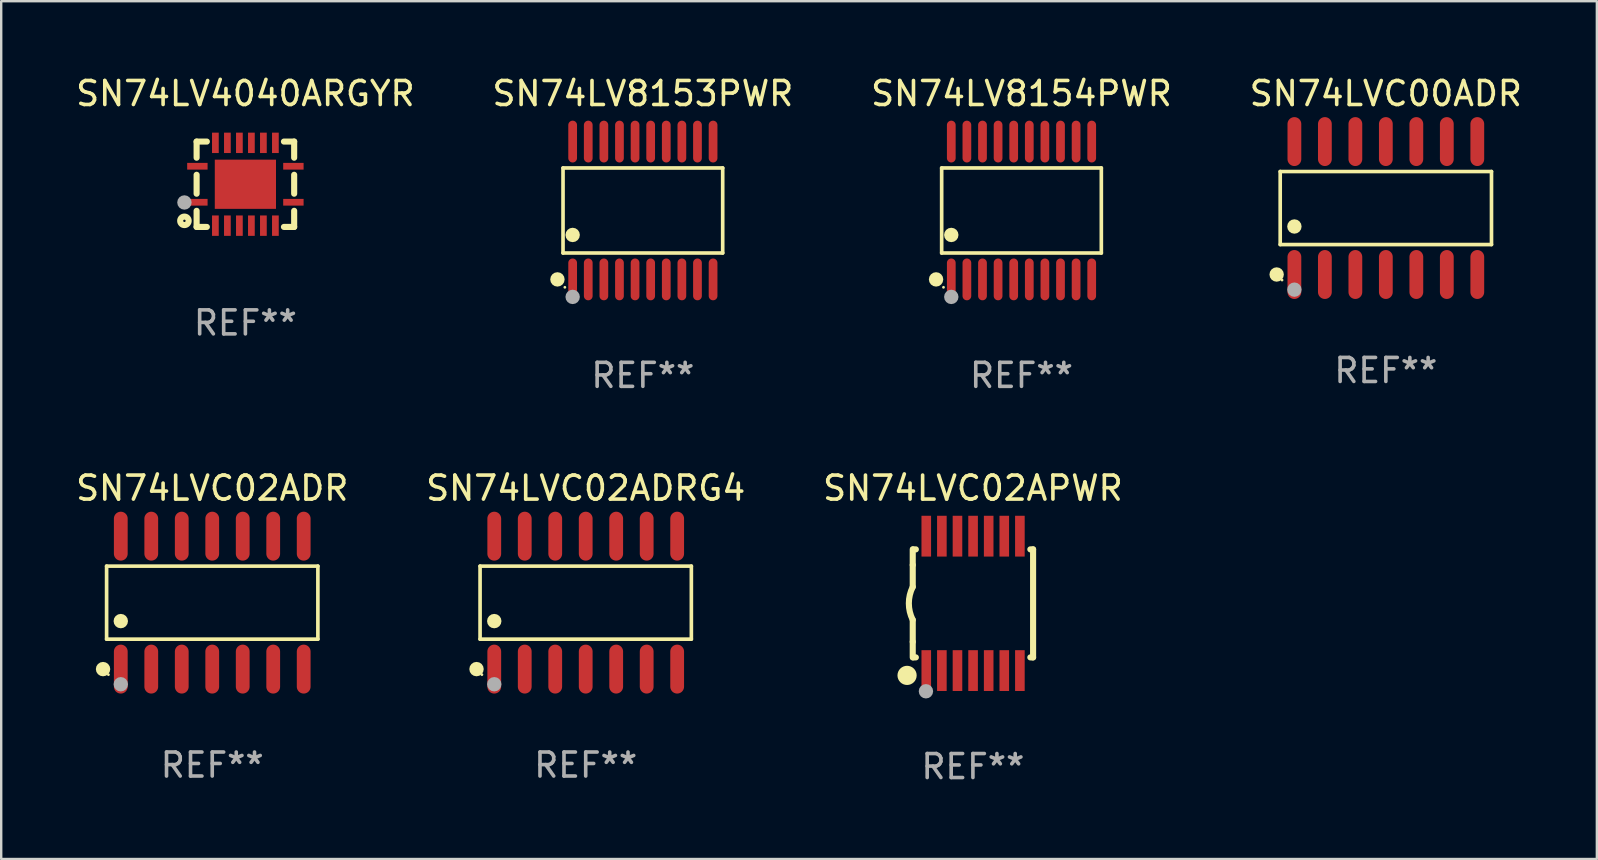
<source format=kicad_pcb>
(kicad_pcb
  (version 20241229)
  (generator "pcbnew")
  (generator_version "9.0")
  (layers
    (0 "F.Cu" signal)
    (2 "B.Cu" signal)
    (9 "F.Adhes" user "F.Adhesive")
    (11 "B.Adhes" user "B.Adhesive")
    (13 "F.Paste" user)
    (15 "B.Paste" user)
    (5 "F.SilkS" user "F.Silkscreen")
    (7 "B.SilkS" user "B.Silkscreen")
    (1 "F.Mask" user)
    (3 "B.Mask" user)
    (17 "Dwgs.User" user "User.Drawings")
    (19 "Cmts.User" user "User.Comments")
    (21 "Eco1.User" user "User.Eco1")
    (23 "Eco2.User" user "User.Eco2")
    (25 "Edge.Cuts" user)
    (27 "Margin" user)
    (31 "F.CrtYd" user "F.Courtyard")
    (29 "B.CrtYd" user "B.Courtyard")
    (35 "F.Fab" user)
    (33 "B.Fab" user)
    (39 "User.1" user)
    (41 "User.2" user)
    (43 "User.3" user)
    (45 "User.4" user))
  (footprint "SN74LVC00ADR"
    (layer "F.Cu")
    (at 54.685 5.617)
    (property "Reference" "SN74LVC00ADR" (at 0 -4.769 0) (layer "F.SilkS") (effects (font (size 1 1) (thickness 0.15))))
    (attr through_hole)
    (fp_line (start -4.401 -1.521) (end 4.401 -1.521) (stroke (width 0.152) (type solid)) (layer "F.SilkS"))
    (fp_line (start -4.401 1.521) (end -4.401 -1.521) (stroke (width 0.152) (type solid)) (layer "F.SilkS"))
    (fp_line (start 4.401 -1.521) (end 4.401 1.521) (stroke (width 0.152) (type solid)) (layer "F.SilkS"))
    (fp_line (start 4.401 1.521) (end -4.401 1.521) (stroke (width 0.152) (type solid)) (layer "F.SilkS"))
    (fp_circle (center -4.549 2.769) (end -4.399 2.769) (stroke (width 0.3) (type solid)) (fill no) (layer "F.SilkS"))
    (fp_circle (center -4.325 3) (end -4.295 3) (stroke (width 0.06) (type solid)) (fill no) (layer "F.SilkS"))
    (fp_circle (center -3.81 0.769) (end -3.66 0.769) (stroke (width 0.3) (type solid)) (fill no) (layer "F.SilkS"))
    (fp_circle (center -3.81 3.4) (end -3.66 3.4) (stroke (width 0.3) (type solid)) (fill no) (layer "F.Fab"))
    (fp_text user "REF**" (at 0 6.769 0) (layer "F.Fab") (effects (font (size 1 1) (thickness 0.15))))
    (pad "1" smd oval (at -3.81 2.769) (size 0.574 2.038) (layers "F.Cu" "F.Mask" "F.Paste"))
    (pad "2" smd oval (at -2.54 2.769) (size 0.574 2.038) (layers "F.Cu" "F.Mask" "F.Paste"))
    (pad "3" smd oval (at -1.27 2.769) (size 0.574 2.038) (layers "F.Cu" "F.Mask" "F.Paste"))
    (pad "4" smd oval (at 0 2.769) (size 0.574 2.038) (layers "F.Cu" "F.Mask" "F.Paste"))
    (pad "5" smd oval (at 1.27 2.769) (size 0.574 2.038) (layers "F.Cu" "F.Mask" "F.Paste"))
    (pad "6" smd oval (at 2.54 2.769) (size 0.574 2.038) (layers "F.Cu" "F.Mask" "F.Paste"))
    (pad "7" smd oval (at 3.81 2.769) (size 0.574 2.038) (layers "F.Cu" "F.Mask" "F.Paste"))
    (pad "8" smd oval (at 3.81 -2.769) (size 0.574 2.038) (layers "F.Cu" "F.Mask" "F.Paste"))
    (pad "9" smd oval (at 2.54 -2.769) (size 0.574 2.038) (layers "F.Cu" "F.Mask" "F.Paste"))
    (pad "10" smd oval (at 1.27 -2.769) (size 0.574 2.038) (layers "F.Cu" "F.Mask" "F.Paste"))
    (pad "11" smd oval (at 0 -2.769) (size 0.574 2.038) (layers "F.Cu" "F.Mask" "F.Paste"))
    (pad "12" smd oval (at -1.27 -2.769) (size 0.574 2.038) (layers "F.Cu" "F.Mask" "F.Paste"))
    (pad "13" smd oval (at -2.54 -2.769) (size 0.574 2.038) (layers "F.Cu" "F.Mask" "F.Paste"))
    (pad "14" smd oval (at -3.81 -2.769) (size 0.574 2.038) (layers "F.Cu" "F.Mask" "F.Paste")))
  (footprint "SN74LVC02ADRG4"
    (layer "F.Cu")
    (at 21.351 22.056)
    (property "Reference" "SN74LVC02ADRG4" (at 0 -4.769 0) (layer "F.SilkS") (effects (font (size 1 1) (thickness 0.15))))
    (attr through_hole)
    (fp_line (start -4.401 -1.521) (end 4.401 -1.521) (stroke (width 0.152) (type solid)) (layer "F.SilkS"))
    (fp_line (start -4.401 1.521) (end -4.401 -1.521) (stroke (width 0.152) (type solid)) (layer "F.SilkS"))
    (fp_line (start 4.401 -1.521) (end 4.401 1.521) (stroke (width 0.152) (type solid)) (layer "F.SilkS"))
    (fp_line (start 4.401 1.521) (end -4.401 1.521) (stroke (width 0.152) (type solid)) (layer "F.SilkS"))
    (fp_circle (center -4.549 2.769) (end -4.399 2.769) (stroke (width 0.3) (type solid)) (fill no) (layer "F.SilkS"))
    (fp_circle (center -4.325 3) (end -4.295 3) (stroke (width 0.06) (type solid)) (fill no) (layer "F.SilkS"))
    (fp_circle (center -3.81 0.769) (end -3.66 0.769) (stroke (width 0.3) (type solid)) (fill no) (layer "F.SilkS"))
    (fp_circle (center -3.81 3.4) (end -3.66 3.4) (stroke (width 0.3) (type solid)) (fill no) (layer "F.Fab"))
    (fp_text user "REF**" (at 0 6.769 0) (layer "F.Fab") (effects (font (size 1 1) (thickness 0.15))))
    (pad "1" smd oval (at -3.81 2.769) (size 0.574 2.038) (layers "F.Cu" "F.Mask" "F.Paste"))
    (pad "2" smd oval (at -2.54 2.769) (size 0.574 2.038) (layers "F.Cu" "F.Mask" "F.Paste"))
    (pad "3" smd oval (at -1.27 2.769) (size 0.574 2.038) (layers "F.Cu" "F.Mask" "F.Paste"))
    (pad "4" smd oval (at 0 2.769) (size 0.574 2.038) (layers "F.Cu" "F.Mask" "F.Paste"))
    (pad "5" smd oval (at 1.27 2.769) (size 0.574 2.038) (layers "F.Cu" "F.Mask" "F.Paste"))
    (pad "6" smd oval (at 2.54 2.769) (size 0.574 2.038) (layers "F.Cu" "F.Mask" "F.Paste"))
    (pad "7" smd oval (at 3.81 2.769) (size 0.574 2.038) (layers "F.Cu" "F.Mask" "F.Paste"))
    (pad "8" smd oval (at 3.81 -2.769) (size 0.574 2.038) (layers "F.Cu" "F.Mask" "F.Paste"))
    (pad "9" smd oval (at 2.54 -2.769) (size 0.574 2.038) (layers "F.Cu" "F.Mask" "F.Paste"))
    (pad "10" smd oval (at 1.27 -2.769) (size 0.574 2.038) (layers "F.Cu" "F.Mask" "F.Paste"))
    (pad "11" smd oval (at 0 -2.769) (size 0.574 2.038) (layers "F.Cu" "F.Mask" "F.Paste"))
    (pad "12" smd oval (at -1.27 -2.769) (size 0.574 2.038) (layers "F.Cu" "F.Mask" "F.Paste"))
    (pad "13" smd oval (at -2.54 -2.769) (size 0.574 2.038) (layers "F.Cu" "F.Mask" "F.Paste"))
    (pad "14" smd oval (at -3.81 -2.769) (size 0.574 2.038) (layers "F.Cu" "F.Mask" "F.Paste")))
  (footprint "SN74LV8153PWR"
    (layer "F.Cu")
    (at 23.732 5.719)
    (property "Reference" "SN74LV8153PWR" (at 0 -4.871 0) (layer "F.SilkS") (effects (font (size 1 1) (thickness 0.15))))
    (attr through_hole)
    (fp_line (start -3.326 -1.771) (end 3.326 -1.771) (stroke (width 0.152) (type solid)) (layer "F.SilkS"))
    (fp_line (start -3.326 1.771) (end -3.326 -1.771) (stroke (width 0.152) (type solid)) (layer "F.SilkS"))
    (fp_line (start 3.326 -1.771) (end 3.326 1.771) (stroke (width 0.152) (type solid)) (layer "F.SilkS"))
    (fp_line (start 3.326 1.771) (end -3.326 1.771) (stroke (width 0.152) (type solid)) (layer "F.SilkS"))
    (fp_circle (center -3.559 2.871) (end -3.409 2.871) (stroke (width 0.3) (type solid)) (fill no) (layer "F.SilkS"))
    (fp_circle (center -3.25 3.2) (end -3.22 3.2) (stroke (width 0.06) (type solid)) (fill no) (layer "F.SilkS"))
    (fp_circle (center -2.925 1.019) (end -2.775 1.019) (stroke (width 0.3) (type solid)) (fill no) (layer "F.SilkS"))
    (fp_circle (center -2.925 3.6) (end -2.775 3.6) (stroke (width 0.3) (type solid)) (fill no) (layer "F.Fab"))
    (fp_text user "REF**" (at 0 6.871 0) (layer "F.Fab") (effects (font (size 1 1) (thickness 0.15))))
    (pad "1" smd oval (at -2.925 2.871) (size 0.364 1.742) (layers "F.Cu" "F.Mask" "F.Paste"))
    (pad "2" smd oval (at -2.275 2.871) (size 0.364 1.742) (layers "F.Cu" "F.Mask" "F.Paste"))
    (pad "3" smd oval (at -1.625 2.871) (size 0.364 1.742) (layers "F.Cu" "F.Mask" "F.Paste"))
    (pad "4" smd oval (at -0.975 2.871) (size 0.364 1.742) (layers "F.Cu" "F.Mask" "F.Paste"))
    (pad "5" smd oval (at -0.325 2.871) (size 0.364 1.742) (layers "F.Cu" "F.Mask" "F.Paste"))
    (pad "6" smd oval (at 0.325 2.871) (size 0.364 1.742) (layers "F.Cu" "F.Mask" "F.Paste"))
    (pad "7" smd oval (at 0.975 2.871) (size 0.364 1.742) (layers "F.Cu" "F.Mask" "F.Paste"))
    (pad "8" smd oval (at 1.625 2.871) (size 0.364 1.742) (layers "F.Cu" "F.Mask" "F.Paste"))
    (pad "9" smd oval (at 2.275 2.871) (size 0.364 1.742) (layers "F.Cu" "F.Mask" "F.Paste"))
    (pad "10" smd oval (at 2.925 2.871) (size 0.364 1.742) (layers "F.Cu" "F.Mask" "F.Paste"))
    (pad "11" smd oval (at 2.925 -2.871) (size 0.364 1.742) (layers "F.Cu" "F.Mask" "F.Paste"))
    (pad "12" smd oval (at 2.275 -2.871) (size 0.364 1.742) (layers "F.Cu" "F.Mask" "F.Paste"))
    (pad "13" smd oval (at 1.625 -2.871) (size 0.364 1.742) (layers "F.Cu" "F.Mask" "F.Paste"))
    (pad "14" smd oval (at 0.975 -2.871) (size 0.364 1.742) (layers "F.Cu" "F.Mask" "F.Paste"))
    (pad "15" smd oval (at 0.325 -2.871) (size 0.364 1.742) (layers "F.Cu" "F.Mask" "F.Paste"))
    (pad "16" smd oval (at -0.325 -2.871) (size 0.364 1.742) (layers "F.Cu" "F.Mask" "F.Paste"))
    (pad "17" smd oval (at -0.975 -2.871) (size 0.364 1.742) (layers "F.Cu" "F.Mask" "F.Paste"))
    (pad "18" smd oval (at -1.625 -2.871) (size 0.364 1.742) (layers "F.Cu" "F.Mask" "F.Paste"))
    (pad "19" smd oval (at -2.275 -2.871) (size 0.364 1.742) (layers "F.Cu" "F.Mask" "F.Paste"))
    (pad "20" smd oval (at -2.925 -2.871) (size 0.364 1.742) (layers "F.Cu" "F.Mask" "F.Paste")))
  (footprint "SN74LVC02ADR"
    (layer "F.Cu")
    (at 5.792 22.056)
    (property "Reference" "SN74LVC02ADR" (at 0 -4.769 0) (layer "F.SilkS") (effects (font (size 1 1) (thickness 0.15))))
    (attr through_hole)
    (fp_line (start -4.401 -1.521) (end 4.401 -1.521) (stroke (width 0.152) (type solid)) (layer "F.SilkS"))
    (fp_line (start -4.401 1.521) (end -4.401 -1.521) (stroke (width 0.152) (type solid)) (layer "F.SilkS"))
    (fp_line (start 4.401 -1.521) (end 4.401 1.521) (stroke (width 0.152) (type solid)) (layer "F.SilkS"))
    (fp_line (start 4.401 1.521) (end -4.401 1.521) (stroke (width 0.152) (type solid)) (layer "F.SilkS"))
    (fp_circle (center -4.549 2.769) (end -4.399 2.769) (stroke (width 0.3) (type solid)) (fill no) (layer "F.SilkS"))
    (fp_circle (center -4.325 3) (end -4.295 3) (stroke (width 0.06) (type solid)) (fill no) (layer "F.SilkS"))
    (fp_circle (center -3.81 0.769) (end -3.66 0.769) (stroke (width 0.3) (type solid)) (fill no) (layer "F.SilkS"))
    (fp_circle (center -3.81 3.4) (end -3.66 3.4) (stroke (width 0.3) (type solid)) (fill no) (layer "F.Fab"))
    (fp_text user "REF**" (at 0 6.769 0) (layer "F.Fab") (effects (font (size 1 1) (thickness 0.15))))
    (pad "1" smd oval (at -3.81 2.769) (size 0.574 2.038) (layers "F.Cu" "F.Mask" "F.Paste"))
    (pad "2" smd oval (at -2.54 2.769) (size 0.574 2.038) (layers "F.Cu" "F.Mask" "F.Paste"))
    (pad "3" smd oval (at -1.27 2.769) (size 0.574 2.038) (layers "F.Cu" "F.Mask" "F.Paste"))
    (pad "4" smd oval (at 0 2.769) (size 0.574 2.038) (layers "F.Cu" "F.Mask" "F.Paste"))
    (pad "5" smd oval (at 1.27 2.769) (size 0.574 2.038) (layers "F.Cu" "F.Mask" "F.Paste"))
    (pad "6" smd oval (at 2.54 2.769) (size 0.574 2.038) (layers "F.Cu" "F.Mask" "F.Paste"))
    (pad "7" smd oval (at 3.81 2.769) (size 0.574 2.038) (layers "F.Cu" "F.Mask" "F.Paste"))
    (pad "8" smd oval (at 3.81 -2.769) (size 0.574 2.038) (layers "F.Cu" "F.Mask" "F.Paste"))
    (pad "9" smd oval (at 2.54 -2.769) (size 0.574 2.038) (layers "F.Cu" "F.Mask" "F.Paste"))
    (pad "10" smd oval (at 1.27 -2.769) (size 0.574 2.038) (layers "F.Cu" "F.Mask" "F.Paste"))
    (pad "11" smd oval (at 0 -2.769) (size 0.574 2.038) (layers "F.Cu" "F.Mask" "F.Paste"))
    (pad "12" smd oval (at -1.27 -2.769) (size 0.574 2.038) (layers "F.Cu" "F.Mask" "F.Paste"))
    (pad "13" smd oval (at -2.54 -2.769) (size 0.574 2.038) (layers "F.Cu" "F.Mask" "F.Paste"))
    (pad "14" smd oval (at -3.81 -2.769) (size 0.574 2.038) (layers "F.Cu" "F.Mask" "F.Paste")))
  (footprint "SN74LVC02APWR"
    (layer "F.Cu")
    (at 37.482 22.087)
    (property "Reference" "SN74LVC02APWR" (at 0 -4.8 0) (layer "F.SilkS") (effects (font (size 1 1) (thickness 0.15))))
    (attr through_hole)
    (fp_line (start -2.507 -1.6) (end -2.507 -2.25) (stroke (width 0.254) (type solid)) (layer "F.SilkS"))
    (fp_line (start -2.507 -0.686) (end -2.507 -1.6) (stroke (width 0.254) (type solid)) (layer "F.SilkS"))
    (fp_line (start -2.507 1.6) (end -2.507 0.686) (stroke (width 0.254) (type solid)) (layer "F.SilkS"))
    (fp_line (start -2.507 1.6) (end -2.507 2.25) (stroke (width 0.254) (type solid)) (layer "F.SilkS"))
    (fp_line (start -2.493 -2.25) (end -2.377 -2.25) (stroke (width 0.254) (type solid)) (layer "F.SilkS"))
    (fp_line (start -2.377 2.25) (end -2.493 2.25) (stroke (width 0.254) (type solid)) (layer "F.SilkS"))
    (fp_line (start 2.392 -2.25) (end 2.507 -2.25) (stroke (width 0.254) (type solid)) (layer "F.SilkS"))
    (fp_line (start 2.507 -2.25) (end 2.507 2.25) (stroke (width 0.254) (type solid)) (layer "F.SilkS"))
    (fp_line (start 2.507 2.25) (end 2.392 2.25) (stroke (width 0.254) (type solid)) (layer "F.SilkS"))
    (fp_arc (start -2.507303 0.685802) (mid -2.669199 0) (end -2.507303 -0.685801) (stroke (width 0.254001) (type solid)) (layer "F.SilkS"))
    (fp_circle (center -2.743 3) (end -2.543 3) (stroke (width 0.4) (type solid)) (fill no) (layer "F.SilkS"))
    (fp_circle (center -2.493 3.2) (end -2.463 3.2) (stroke (width 0.06) (type solid)) (fill no) (layer "F.SilkS"))
    (fp_circle (center -1.957 3.662) (end -1.807 3.662) (stroke (width 0.3) (type solid)) (fill no) (layer "F.Fab"))
    (fp_text user "REF**" (at 0 6.8 0) (layer "F.Fab") (effects (font (size 1 1) (thickness 0.15))))
    (pad "1" smd rect (at -1.943 2.8) (size 0.4 1.7) (layers "F.Cu" "F.Mask" "F.Paste"))
    (pad "2" smd rect (at -1.293 2.8) (size 0.4 1.7) (layers "F.Cu" "F.Mask" "F.Paste"))
    (pad "3" smd rect (at -0.643 2.8) (size 0.4 1.7) (layers "F.Cu" "F.Mask" "F.Paste"))
    (pad "4" smd rect (at 0.007 2.8) (size 0.4 1.7) (layers "F.Cu" "F.Mask" "F.Paste"))
    (pad "5" smd rect (at 0.657 2.8) (size 0.4 1.7) (layers "F.Cu" "F.Mask" "F.Paste"))
    (pad "6" smd rect (at 1.307 2.8) (size 0.4 1.7) (layers "F.Cu" "F.Mask" "F.Paste"))
    (pad "7" smd rect (at 1.957 2.8) (size 0.4 1.7) (layers "F.Cu" "F.Mask" "F.Paste"))
    (pad "8" smd rect (at 1.957 -2.8) (size 0.4 1.7) (layers "F.Cu" "F.Mask" "F.Paste"))
    (pad "9" smd rect (at 1.307 -2.8) (size 0.4 1.7) (layers "F.Cu" "F.Mask" "F.Paste"))
    (pad "10" smd rect (at 0.657 -2.8) (size 0.4 1.7) (layers "F.Cu" "F.Mask" "F.Paste"))
    (pad "11" smd rect (at 0.007 -2.8) (size 0.4 1.7) (layers "F.Cu" "F.Mask" "F.Paste"))
    (pad "12" smd rect (at -0.643 -2.8) (size 0.4 1.7) (layers "F.Cu" "F.Mask" "F.Paste"))
    (pad "13" smd rect (at -1.293 -2.8) (size 0.4 1.7) (layers "F.Cu" "F.Mask" "F.Paste"))
    (pad "14" smd rect (at -1.943 -2.8) (size 0.4 1.7) (layers "F.Cu" "F.Mask" "F.Paste")))
  (footprint "SN74LV8154PWR"
    (layer "F.Cu")
    (at 39.506 5.719)
    (property "Reference" "SN74LV8154PWR" (at 0 -4.871 0) (layer "F.SilkS") (effects (font (size 1 1) (thickness 0.15))))
    (attr through_hole)
    (fp_line (start -3.326 -1.771) (end 3.326 -1.771) (stroke (width 0.152) (type solid)) (layer "F.SilkS"))
    (fp_line (start -3.326 1.771) (end -3.326 -1.771) (stroke (width 0.152) (type solid)) (layer "F.SilkS"))
    (fp_line (start 3.326 -1.771) (end 3.326 1.771) (stroke (width 0.152) (type solid)) (layer "F.SilkS"))
    (fp_line (start 3.326 1.771) (end -3.326 1.771) (stroke (width 0.152) (type solid)) (layer "F.SilkS"))
    (fp_circle (center -3.559 2.871) (end -3.409 2.871) (stroke (width 0.3) (type solid)) (fill no) (layer "F.SilkS"))
    (fp_circle (center -3.25 3.2) (end -3.22 3.2) (stroke (width 0.06) (type solid)) (fill no) (layer "F.SilkS"))
    (fp_circle (center -2.925 1.019) (end -2.775 1.019) (stroke (width 0.3) (type solid)) (fill no) (layer "F.SilkS"))
    (fp_circle (center -2.925 3.6) (end -2.775 3.6) (stroke (width 0.3) (type solid)) (fill no) (layer "F.Fab"))
    (fp_text user "REF**" (at 0 6.871 0) (layer "F.Fab") (effects (font (size 1 1) (thickness 0.15))))
    (pad "1" smd oval (at -2.925 2.871) (size 0.364 1.742) (layers "F.Cu" "F.Mask" "F.Paste"))
    (pad "2" smd oval (at -2.275 2.871) (size 0.364 1.742) (layers "F.Cu" "F.Mask" "F.Paste"))
    (pad "3" smd oval (at -1.625 2.871) (size 0.364 1.742) (layers "F.Cu" "F.Mask" "F.Paste"))
    (pad "4" smd oval (at -0.975 2.871) (size 0.364 1.742) (layers "F.Cu" "F.Mask" "F.Paste"))
    (pad "5" smd oval (at -0.325 2.871) (size 0.364 1.742) (layers "F.Cu" "F.Mask" "F.Paste"))
    (pad "6" smd oval (at 0.325 2.871) (size 0.364 1.742) (layers "F.Cu" "F.Mask" "F.Paste"))
    (pad "7" smd oval (at 0.975 2.871) (size 0.364 1.742) (layers "F.Cu" "F.Mask" "F.Paste"))
    (pad "8" smd oval (at 1.625 2.871) (size 0.364 1.742) (layers "F.Cu" "F.Mask" "F.Paste"))
    (pad "9" smd oval (at 2.275 2.871) (size 0.364 1.742) (layers "F.Cu" "F.Mask" "F.Paste"))
    (pad "10" smd oval (at 2.925 2.871) (size 0.364 1.742) (layers "F.Cu" "F.Mask" "F.Paste"))
    (pad "11" smd oval (at 2.925 -2.871) (size 0.364 1.742) (layers "F.Cu" "F.Mask" "F.Paste"))
    (pad "12" smd oval (at 2.275 -2.871) (size 0.364 1.742) (layers "F.Cu" "F.Mask" "F.Paste"))
    (pad "13" smd oval (at 1.625 -2.871) (size 0.364 1.742) (layers "F.Cu" "F.Mask" "F.Paste"))
    (pad "14" smd oval (at 0.975 -2.871) (size 0.364 1.742) (layers "F.Cu" "F.Mask" "F.Paste"))
    (pad "15" smd oval (at 0.325 -2.871) (size 0.364 1.742) (layers "F.Cu" "F.Mask" "F.Paste"))
    (pad "16" smd oval (at -0.325 -2.871) (size 0.364 1.742) (layers "F.Cu" "F.Mask" "F.Paste"))
    (pad "17" smd oval (at -0.975 -2.871) (size 0.364 1.742) (layers "F.Cu" "F.Mask" "F.Paste"))
    (pad "18" smd oval (at -1.625 -2.871) (size 0.364 1.742) (layers "F.Cu" "F.Mask" "F.Paste"))
    (pad "19" smd oval (at -2.275 -2.871) (size 0.364 1.742) (layers "F.Cu" "F.Mask" "F.Paste"))
    (pad "20" smd oval (at -2.925 -2.871) (size 0.364 1.742) (layers "F.Cu" "F.Mask" "F.Paste")))
  (footprint "SN74LV4040ARGYR"
    (layer "F.Cu")
    (at 7.173 4.626)
    (property "Reference" "SN74LV4040ARGYR" (at 0 -3.778 0) (layer "F.SilkS") (effects (font (size 1 1) (thickness 0.15))))
    (attr through_hole)
    (fp_line (start -2.032 -1.778) (end -2.032 -1.106) (stroke (width 0.254) (type solid)) (layer "F.SilkS"))
    (fp_line (start -2.032 -0.394) (end -2.032 0.394) (stroke (width 0.254) (type solid)) (layer "F.SilkS"))
    (fp_line (start -2.032 1.106) (end -2.032 1.778) (stroke (width 0.254) (type solid)) (layer "F.SilkS"))
    (fp_line (start -2.032 1.778) (end -1.606 1.778) (stroke (width 0.254) (type solid)) (layer "F.SilkS"))
    (fp_line (start -1.606 -1.778) (end -2.032 -1.778) (stroke (width 0.254) (type solid)) (layer "F.SilkS"))
    (fp_line (start 1.606 1.778) (end 2.032 1.778) (stroke (width 0.254) (type solid)) (layer "F.SilkS"))
    (fp_line (start 2.032 -1.778) (end 1.606 -1.778) (stroke (width 0.254) (type solid)) (layer "F.SilkS"))
    (fp_line (start 2.032 -1.106) (end 2.032 -1.778) (stroke (width 0.254) (type solid)) (layer "F.SilkS"))
    (fp_line (start 2.032 0.394) (end 2.032 -0.394) (stroke (width 0.254) (type solid)) (layer "F.SilkS"))
    (fp_line (start 2.032 1.778) (end 2.032 1.106) (stroke (width 0.254) (type solid)) (layer "F.SilkS"))
    (fp_circle (center -2.54 1.524) (end -2.363 1.524) (stroke (width 0.254) (type solid)) (fill no) (layer "F.SilkS"))
    (fp_circle (center -2.002 1.753) (end -1.972 1.753) (stroke (width 0.06) (type solid)) (fill no) (layer "F.SilkS"))
    (fp_circle (center -2.54 0.759) (end -2.39 0.759) (stroke (width 0.3) (type solid)) (fill no) (layer "F.Fab"))
    (fp_text user "REF**" (at 0 5.778 0) (layer "F.Fab") (effects (font (size 1 1) (thickness 0.15))))
    (pad "1" smd rect (at -2 0.75 90) (size 0.28 0.85) (layers "F.Cu" "F.Mask" "F.Paste"))
    (pad "2" smd rect (at -1.25 1.725 180) (size 0.28 0.85) (layers "F.Cu" "F.Mask" "F.Paste"))
    (pad "3" smd rect (at -0.75 1.725 180) (size 0.28 0.85) (layers "F.Cu" "F.Mask" "F.Paste"))
    (pad "4" smd rect (at -0.25 1.725 180) (size 0.28 0.85) (layers "F.Cu" "F.Mask" "F.Paste"))
    (pad "5" smd rect (at 0.25 1.725 180) (size 0.28 0.85) (layers "F.Cu" "F.Mask" "F.Paste"))
    (pad "6" smd rect (at 0.75 1.725 180) (size 0.28 0.85) (layers "F.Cu" "F.Mask" "F.Paste"))
    (pad "7" smd rect (at 1.25 1.725 180) (size 0.28 0.85) (layers "F.Cu" "F.Mask" "F.Paste"))
    (pad "8" smd rect (at 2 0.75 270) (size 0.28 0.85) (layers "F.Cu" "F.Mask" "F.Paste"))
    (pad "9" smd rect (at 2 -0.75 270) (size 0.28 0.85) (layers "F.Cu" "F.Mask" "F.Paste"))
    (pad "10" smd rect (at 1.25 -1.725) (size 0.28 0.85) (layers "F.Cu" "F.Mask" "F.Paste"))
    (pad "11" smd rect (at 0.75 -1.725) (size 0.28 0.85) (layers "F.Cu" "F.Mask" "F.Paste"))
    (pad "12" smd rect (at 0.25 -1.725) (size 0.28 0.85) (layers "F.Cu" "F.Mask" "F.Paste"))
    (pad "13" smd rect (at -0.25 -1.725) (size 0.28 0.85) (layers "F.Cu" "F.Mask" "F.Paste"))
    (pad "14" smd rect (at -0.75 -1.725) (size 0.28 0.85) (layers "F.Cu" "F.Mask" "F.Paste"))
    (pad "15" smd rect (at -1.25 -1.725) (size 0.28 0.85) (layers "F.Cu" "F.Mask" "F.Paste"))
    (pad "16" smd rect (at -2 -0.75 90) (size 0.28 0.85) (layers "F.Cu" "F.Mask" "F.Paste"))
    (pad "17" smd rect (at 0.000051 0) (size 2.55 2.05) (layers "F.Cu" "F.Mask" "F.Paste")))
  (gr_rect
    (start -3 -3)
    (end 63.476 32.735)
    (stroke (width 0.1) (type default))
    (fill no)
    (layer "Edge.Cuts")))
</source>
